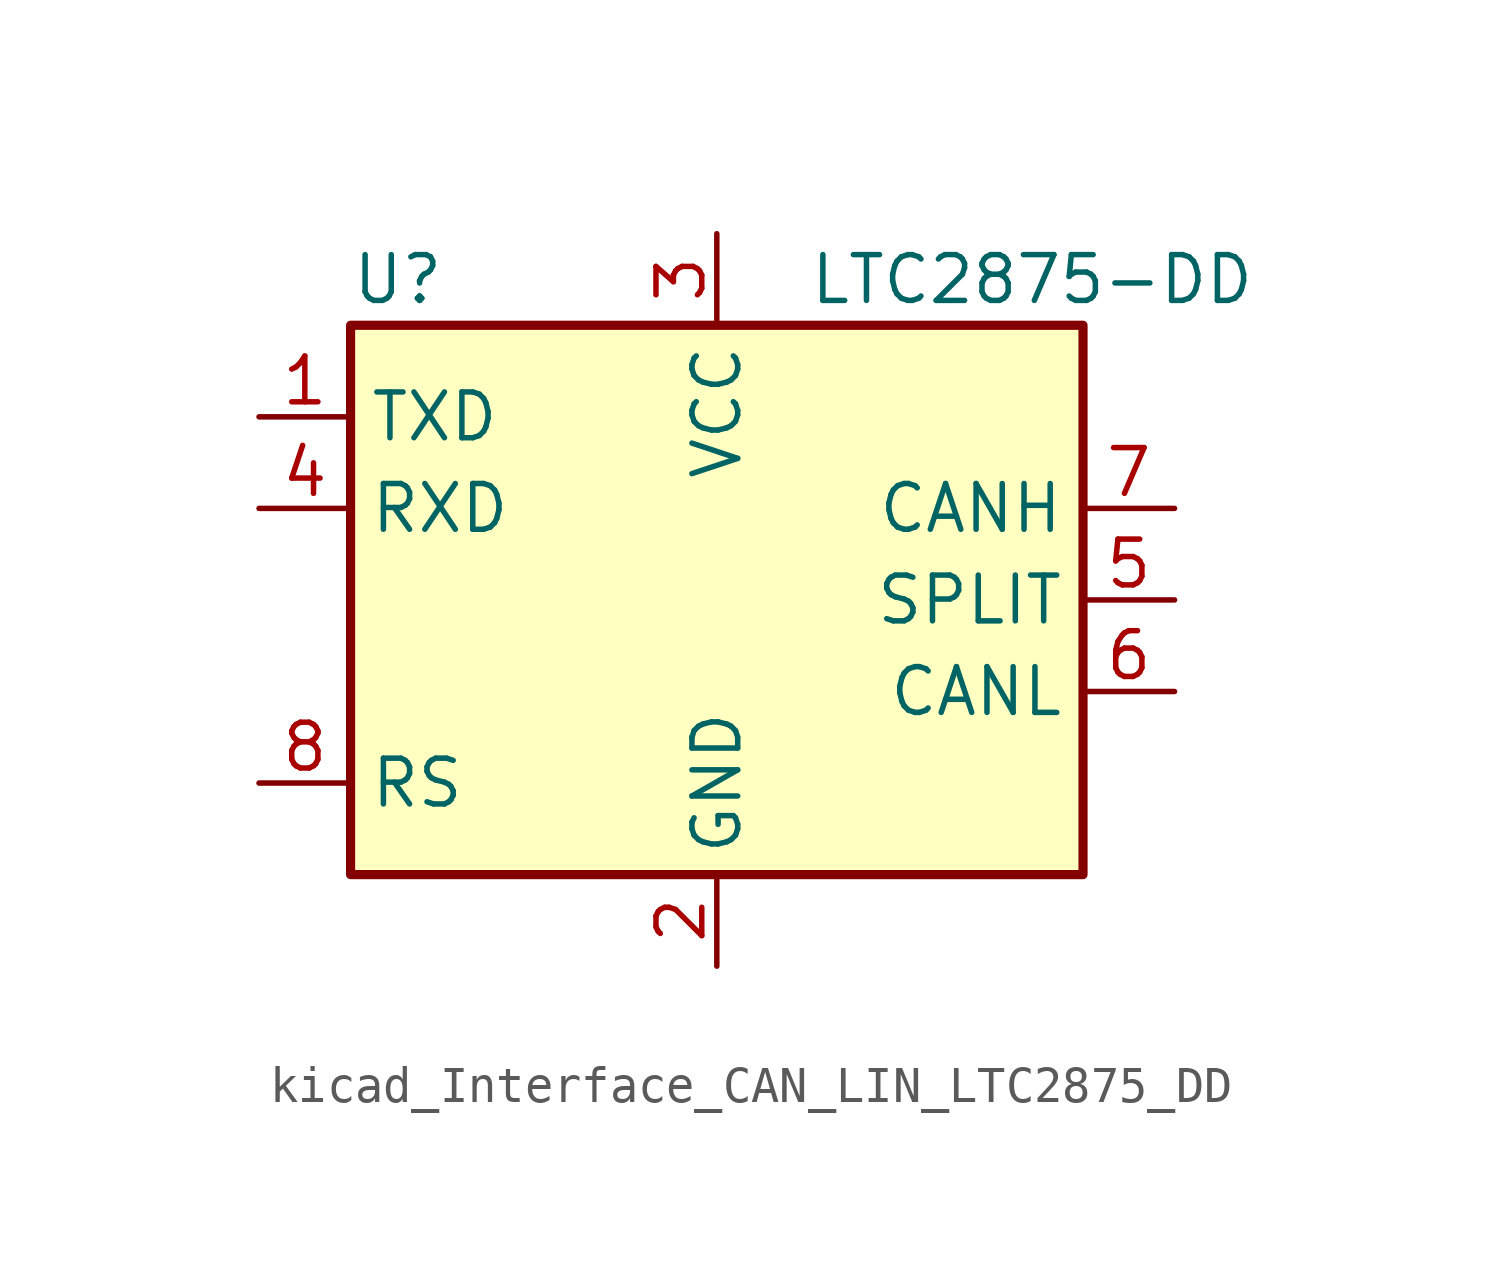
<source format=kicad_sym>
(kicad_symbol_lib
  (version 20220914)
  (generator kicad_symbol_editor)
  (symbol "kicad_Interface_CAN_LIN_LTC2875_DD"
    (property "Reference" "U"
      (at -10.16 8.89 0)
      (effects (font (size 1.27 1.27)) (justify left)))
    (property "Value" "LTC2875-DD"
      (at 2.54 8.89 0)
      (effects (font (size 1.27 1.27)) (justify left)))
    (symbol "kicad_Interface_CAN_LIN_LTC2875_DD_0_1"
      (rectangle (start -10.16 7.62) (end 10.16 -7.62) (stroke (width 0.254) (type default)) (fill (type background))))
    (symbol "kicad_Interface_CAN_LIN_LTC2875_DD_1_1"
      (pin input line (at -12.7 5.08 0) (length 2.54) (name "TXD" (effects (font (size 1.27 1.27)))) (number "1" (effects (font (size 1.27 1.27)))))
      (pin power_in line (at 0 -10.16 90) (length 2.54) (name "GND" (effects (font (size 1.27 1.27)))) (number "2" (effects (font (size 1.27 1.27)))))
      (pin power_in line (at 0 10.16 270) (length 2.54) (name "VCC" (effects (font (size 1.27 1.27)))) (number "3" (effects (font (size 1.27 1.27)))))
      (pin output line (at -12.7 2.54 0) (length 2.54) (name "RXD" (effects (font (size 1.27 1.27)))) (number "4" (effects (font (size 1.27 1.27)))))
      (pin input line (at 12.7 0 180) (length 2.54) (name "SPLIT" (effects (font (size 1.27 1.27)))) (number "5" (effects (font (size 1.27 1.27)))))
      (pin bidirectional line (at 12.7 -2.54 180) (length 2.54) (name "CANL" (effects (font (size 1.27 1.27)))) (number "6" (effects (font (size 1.27 1.27)))))
      (pin bidirectional line (at 12.7 2.54 180) (length 2.54) (name "CANH" (effects (font (size 1.27 1.27)))) (number "7" (effects (font (size 1.27 1.27)))))
      (pin input line (at -12.7 -5.08 0) (length 2.54) (name "RS" (effects (font (size 1.27 1.27)))) (number "8" (effects (font (size 1.27 1.27)))))
      (pin passive line (at 0 -10.16 90) (length 2.54) hide (name "GND" (effects (font (size 1.27 1.27)))) (number "9" (effects (font (size 1.27 1.27))))))))
</source>
